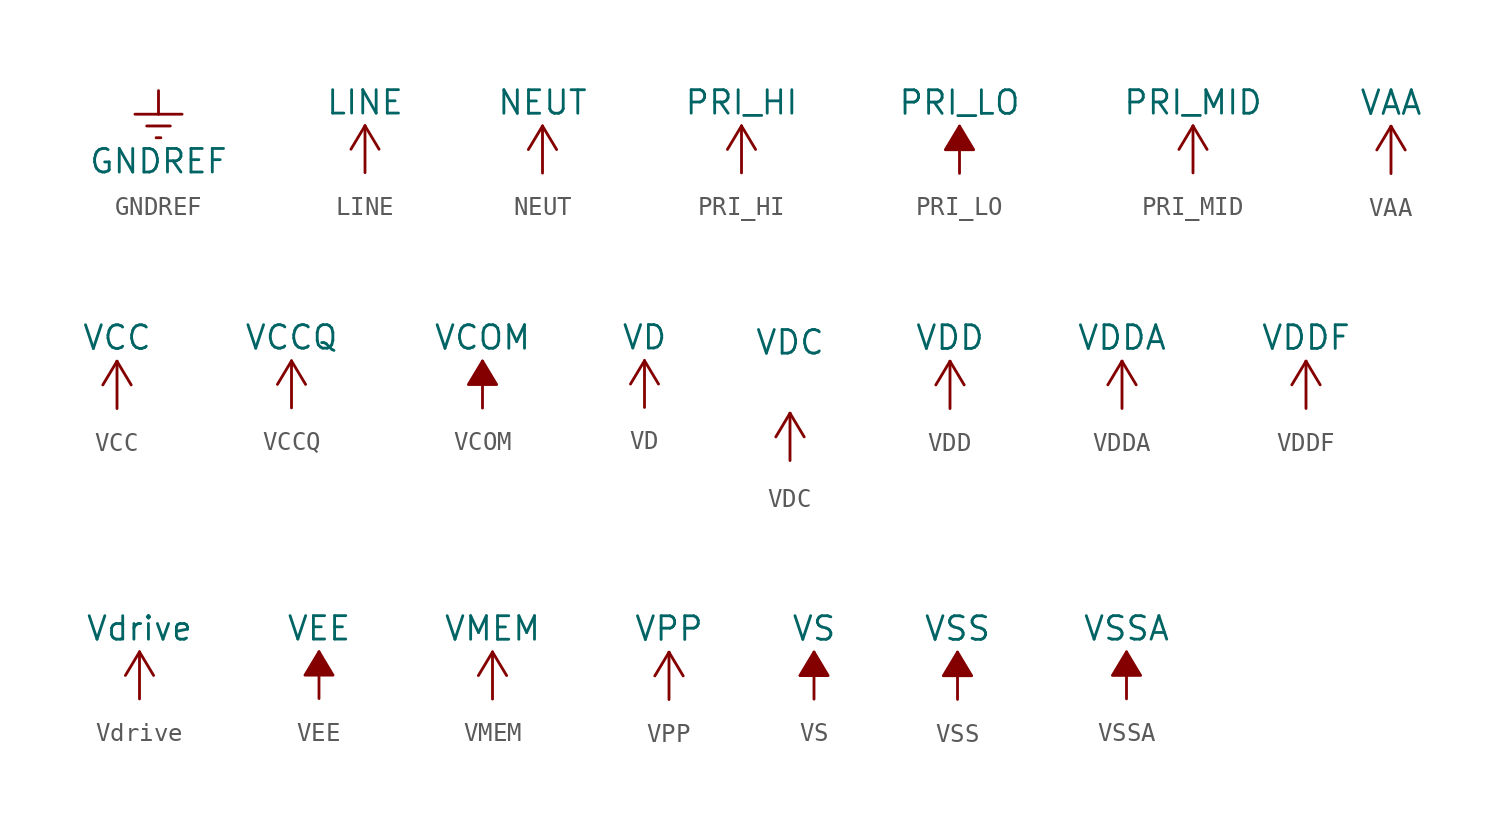
<source format=kicad_sym>
(kicad_symbol_lib
  (version 20220914)
  (generator kicad_symbol_editor)
  (symbol "GNDREF"
    (power)
    (pin_names
      (offset 0))
    (property "Reference" "#PWR"
      (at 0 -6.35 0)
      (effects (font (size 1.27 1.27)) hide))
    (property "Value" "GNDREF"
      (at 0 -3.81 0)
      (effects (font (size 1.27 1.27))))
    (symbol "GNDREF_0_1"
      (polyline (pts (xy -0.635 -1.905) (xy 0.635 -1.905)) (stroke (width 0) (type solid)) (fill (type none)))
      (polyline (pts (xy -0.127 -2.54) (xy 0.127 -2.54)) (stroke (width 0) (type solid)) (fill (type none)))
      (polyline (pts (xy 0 -1.27) (xy 0 0)) (stroke (width 0) (type solid)) (fill (type none)))
      (polyline (pts (xy 1.27 -1.27) (xy -1.27 -1.27)) (stroke (width 0) (type solid)) (fill (type none))))
    (symbol "GNDREF_1_1"
      (pin power_in line (at 0 0 270) (length 0) hide (name "GNDREF" (effects (font (size 1.27 1.27)))) (number "1" (effects (font (size 1.27 1.27)))))))
  (symbol "LINE"
    (power)
    (pin_names
      (offset 0))
    (property "Reference" "#PWR"
      (at 0 -3.81 0)
      (effects (font (size 1.27 1.27)) hide))
    (property "Value" "LINE"
      (at 0 3.81 0)
      (effects (font (size 1.27 1.27))))
    (symbol "LINE_0_1"
      (polyline (pts (xy -0.762 1.27) (xy 0 2.54)) (stroke (width 0) (type solid)) (fill (type none)))
      (polyline (pts (xy 0 0) (xy 0 2.54)) (stroke (width 0) (type solid)) (fill (type none)))
      (polyline (pts (xy 0 2.54) (xy 0.762 1.27)) (stroke (width 0) (type solid)) (fill (type none))))
    (symbol "LINE_1_1"
      (pin power_in line (at 0 0 90) (length 0) hide (name "LINE" (effects (font (size 1.27 1.27)))) (number "1" (effects (font (size 1.27 1.27)))))))
  (symbol "NEUT"
    (power)
    (pin_names
      (offset 0))
    (property "Reference" "#PWR"
      (at 0 -3.81 0)
      (effects (font (size 1.27 1.27)) hide))
    (property "Value" "NEUT"
      (at 0 3.81 0)
      (effects (font (size 1.27 1.27))))
    (symbol "NEUT_0_1"
      (polyline (pts (xy -0.762 1.27) (xy 0 2.54)) (stroke (width 0) (type solid)) (fill (type none)))
      (polyline (pts (xy 0 0) (xy 0 2.54)) (stroke (width 0) (type solid)) (fill (type none)))
      (polyline (pts (xy 0 2.54) (xy 0.762 1.27)) (stroke (width 0) (type solid)) (fill (type none))))
    (symbol "NEUT_1_1"
      (pin power_in line (at 0 0 90) (length 0) hide (name "NEUT" (effects (font (size 1.27 1.27)))) (number "1" (effects (font (size 1.27 1.27)))))))
  (symbol "PRI_HI"
    (power)
    (pin_names
      (offset 0))
    (property "Reference" "#PWR"
      (at 0 -3.81 0)
      (effects (font (size 1.27 1.27)) hide))
    (property "Value" "PRI_HI"
      (at 0 3.81 0)
      (effects (font (size 1.27 1.27))))
    (symbol "PRI_HI_0_1"
      (polyline (pts (xy -0.762 1.27) (xy 0 2.54)) (stroke (width 0) (type solid)) (fill (type none)))
      (polyline (pts (xy 0 0) (xy 0 2.54)) (stroke (width 0) (type solid)) (fill (type none)))
      (polyline (pts (xy 0 2.54) (xy 0.762 1.27)) (stroke (width 0) (type solid)) (fill (type none))))
    (symbol "PRI_HI_1_1"
      (pin power_in line (at 0 0 90) (length 0) hide (name "PRI_HI" (effects (font (size 1.27 1.27)))) (number "1" (effects (font (size 1.27 1.27)))))))
  (symbol "PRI_LO"
    (power)
    (pin_names
      (offset 0))
    (property "Reference" "#PWR"
      (at 0 -3.81 0)
      (effects (font (size 1.27 1.27)) hide))
    (property "Value" "PRI_LO"
      (at 0 3.81 0)
      (effects (font (size 1.27 1.27))))
    (symbol "PRI_LO_0_1"
      (polyline (pts (xy 0 0) (xy 0 2.54)) (stroke (width 0) (type solid)) (fill (type none)))
      (polyline (pts (xy 0.762 1.27) (xy -0.762 1.27) (xy 0 2.54) (xy 0.762 1.27)) (stroke (width 0) (type solid)) (fill (type outline))))
    (symbol "PRI_LO_1_1"
      (pin power_in line (at 0 0 90) (length 0) hide (name "PRI_LO" (effects (font (size 1.27 1.27)))) (number "1" (effects (font (size 1.27 1.27)))))))
  (symbol "PRI_MID"
    (power)
    (pin_names
      (offset 0))
    (property "Reference" "#PWR"
      (at 0 -3.81 0)
      (effects (font (size 1.27 1.27)) hide))
    (property "Value" "PRI_MID"
      (at 0 3.81 0)
      (effects (font (size 1.27 1.27))))
    (symbol "PRI_MID_0_1"
      (polyline (pts (xy -0.762 1.27) (xy 0 2.54)) (stroke (width 0) (type solid)) (fill (type none)))
      (polyline (pts (xy 0 0) (xy 0 2.54)) (stroke (width 0) (type solid)) (fill (type none)))
      (polyline (pts (xy 0 2.54) (xy 0.762 1.27)) (stroke (width 0) (type solid)) (fill (type none))))
    (symbol "PRI_MID_1_1"
      (pin power_in line (at 0 0 90) (length 0) hide (name "PRI_MID" (effects (font (size 1.27 1.27)))) (number "1" (effects (font (size 1.27 1.27)))))))
  (symbol "VAA"
    (power)
    (pin_names
      (offset 0))
    (property "Reference" "#PWR"
      (at 0 -3.81 0)
      (effects (font (size 1.27 1.27)) hide))
    (property "Value" "VAA"
      (at 0 3.81 0)
      (effects (font (size 1.27 1.27))))
    (symbol "VAA_0_1"
      (polyline (pts (xy -0.762 1.27) (xy 0 2.54)) (stroke (width 0) (type solid)) (fill (type none)))
      (polyline (pts (xy 0 0) (xy 0 2.54)) (stroke (width 0) (type solid)) (fill (type none)))
      (polyline (pts (xy 0 2.54) (xy 0.762 1.27)) (stroke (width 0) (type solid)) (fill (type none))))
    (symbol "VAA_1_1"
      (pin power_in line (at 0 0 90) (length 0) hide (name "VAA" (effects (font (size 1.27 1.27)))) (number "1" (effects (font (size 1.27 1.27)))))))
  (symbol "VCC"
    (power)
    (pin_names
      (offset 0))
    (property "Reference" "#PWR"
      (at 0 -3.81 0)
      (effects (font (size 1.27 1.27)) hide))
    (property "Value" "VCC"
      (at 0 3.81 0)
      (effects (font (size 1.27 1.27))))
    (symbol "VCC_0_1"
      (polyline (pts (xy -0.762 1.27) (xy 0 2.54)) (stroke (width 0) (type solid)) (fill (type none)))
      (polyline (pts (xy 0 0) (xy 0 2.54)) (stroke (width 0) (type solid)) (fill (type none)))
      (polyline (pts (xy 0 2.54) (xy 0.762 1.27)) (stroke (width 0) (type solid)) (fill (type none))))
    (symbol "VCC_1_1"
      (pin power_in line (at 0 0 90) (length 0) hide (name "VCC" (effects (font (size 1.27 1.27)))) (number "1" (effects (font (size 1.27 1.27)))))))
  (symbol "VCCQ"
    (power)
    (pin_names
      (offset 0))
    (property "Reference" "#PWR"
      (at 0 -3.81 0)
      (effects (font (size 1.27 1.27)) hide))
    (property "Value" "VCCQ"
      (at 0 3.81 0)
      (effects (font (size 1.27 1.27))))
    (symbol "VCCQ_0_1"
      (polyline (pts (xy -0.762 1.27) (xy 0 2.54)) (stroke (width 0) (type solid)) (fill (type none)))
      (polyline (pts (xy 0 0) (xy 0 2.54)) (stroke (width 0) (type solid)) (fill (type none)))
      (polyline (pts (xy 0 2.54) (xy 0.762 1.27)) (stroke (width 0) (type solid)) (fill (type none))))
    (symbol "VCCQ_1_1"
      (pin power_in line (at 0 0 90) (length 0) hide (name "VCCQ" (effects (font (size 1.27 1.27)))) (number "1" (effects (font (size 1.27 1.27)))))))
  (symbol "VCOM"
    (power)
    (pin_names
      (offset 0))
    (property "Reference" "#PWR"
      (at 0 -3.81 0)
      (effects (font (size 1.27 1.27)) hide))
    (property "Value" "VCOM"
      (at 0 3.81 0)
      (effects (font (size 1.27 1.27))))
    (symbol "VCOM_0_1"
      (polyline (pts (xy 0 0) (xy 0 2.54)) (stroke (width 0) (type solid)) (fill (type none)))
      (polyline (pts (xy 0.762 1.27) (xy -0.762 1.27) (xy 0 2.54) (xy 0.762 1.27)) (stroke (width 0) (type solid)) (fill (type outline))))
    (symbol "VCOM_1_1"
      (pin power_in line (at 0 0 90) (length 0) hide (name "VCOM" (effects (font (size 1.27 1.27)))) (number "1" (effects (font (size 1.27 1.27)))))))
  (symbol "VD"
    (power)
    (pin_names
      (offset 0))
    (property "Reference" "#PWR"
      (at 0 -3.81 0)
      (effects (font (size 1.27 1.27)) hide))
    (property "Value" "VD"
      (at 0 3.81 0)
      (effects (font (size 1.27 1.27))))
    (symbol "VD_0_1"
      (polyline (pts (xy -0.762 1.27) (xy 0 2.54)) (stroke (width 0) (type solid)) (fill (type none)))
      (polyline (pts (xy 0 0) (xy 0 2.54)) (stroke (width 0) (type solid)) (fill (type none)))
      (polyline (pts (xy 0 2.54) (xy 0.762 1.27)) (stroke (width 0) (type solid)) (fill (type none))))
    (symbol "VD_1_1"
      (pin power_in line (at 0 0 90) (length 0) hide (name "VD" (effects (font (size 1.27 1.27)))) (number "1" (effects (font (size 1.27 1.27)))))))
  (symbol "VDC"
    (power)
    (pin_names
      (offset 0))
    (property "Reference" "#PWR"
      (at 0 -2.54 0)
      (effects (font (size 1.27 1.27)) hide))
    (property "Value" "VDC"
      (at 0 6.35 0)
      (effects (font (size 1.27 1.27))))
    (symbol "VDC_0_1"
      (polyline (pts (xy -0.762 1.27) (xy 0 2.54)) (stroke (width 0) (type solid)) (fill (type none)))
      (polyline (pts (xy 0 0) (xy 0 2.54)) (stroke (width 0) (type solid)) (fill (type none)))
      (polyline (pts (xy 0 2.54) (xy 0.762 1.27)) (stroke (width 0) (type solid)) (fill (type none))))
    (symbol "VDC_1_1"
      (pin power_in line (at 0 0 90) (length 0) hide (name "VDC" (effects (font (size 1.27 1.27)))) (number "1" (effects (font (size 1.27 1.27)))))))
  (symbol "VDD"
    (power)
    (pin_names
      (offset 0))
    (property "Reference" "#PWR"
      (at 0 -3.81 0)
      (effects (font (size 1.27 1.27)) hide))
    (property "Value" "VDD"
      (at 0 3.81 0)
      (effects (font (size 1.27 1.27))))
    (symbol "VDD_0_1"
      (polyline (pts (xy -0.762 1.27) (xy 0 2.54)) (stroke (width 0) (type solid)) (fill (type none)))
      (polyline (pts (xy 0 0) (xy 0 2.54)) (stroke (width 0) (type solid)) (fill (type none)))
      (polyline (pts (xy 0 2.54) (xy 0.762 1.27)) (stroke (width 0) (type solid)) (fill (type none))))
    (symbol "VDD_1_1"
      (pin power_in line (at 0 0 90) (length 0) hide (name "VDD" (effects (font (size 1.27 1.27)))) (number "1" (effects (font (size 1.27 1.27)))))))
  (symbol "VDDA"
    (power)
    (pin_names
      (offset 0))
    (property "Reference" "#PWR"
      (at 0 -3.81 0)
      (effects (font (size 1.27 1.27)) hide))
    (property "Value" "VDDA"
      (at 0 3.81 0)
      (effects (font (size 1.27 1.27))))
    (symbol "VDDA_0_1"
      (polyline (pts (xy -0.762 1.27) (xy 0 2.54)) (stroke (width 0) (type solid)) (fill (type none)))
      (polyline (pts (xy 0 0) (xy 0 2.54)) (stroke (width 0) (type solid)) (fill (type none)))
      (polyline (pts (xy 0 2.54) (xy 0.762 1.27)) (stroke (width 0) (type solid)) (fill (type none))))
    (symbol "VDDA_1_1"
      (pin power_in line (at 0 0 90) (length 0) hide (name "VDDA" (effects (font (size 1.27 1.27)))) (number "1" (effects (font (size 1.27 1.27)))))))
  (symbol "VDDF"
    (power)
    (pin_names
      (offset 0))
    (property "Reference" "#PWR"
      (at 0 -3.81 0)
      (effects (font (size 1.27 1.27)) hide))
    (property "Value" "VDDF"
      (at 0 3.81 0)
      (effects (font (size 1.27 1.27))))
    (symbol "VDDF_0_1"
      (polyline (pts (xy -0.762 1.27) (xy 0 2.54)) (stroke (width 0) (type solid)) (fill (type none)))
      (polyline (pts (xy 0 0) (xy 0 2.54)) (stroke (width 0) (type solid)) (fill (type none)))
      (polyline (pts (xy 0 2.54) (xy 0.762 1.27)) (stroke (width 0) (type solid)) (fill (type none))))
    (symbol "VDDF_1_1"
      (pin power_in line (at 0 0 90) (length 0) hide (name "VDDF" (effects (font (size 1.27 1.27)))) (number "1" (effects (font (size 1.27 1.27)))))))
  (symbol "Vdrive"
    (power)
    (pin_names
      (offset 0))
    (property "Reference" "#PWR"
      (at -5.08 -3.81 0)
      (effects (font (size 1.27 1.27)) hide))
    (property "Value" "Vdrive"
      (at 0 3.81 0)
      (effects (font (size 1.27 1.27))))
    (symbol "Vdrive_0_1"
      (polyline (pts (xy -0.762 1.27) (xy 0 2.54)) (stroke (width 0) (type solid)) (fill (type none)))
      (polyline (pts (xy 0 0) (xy 0 2.54)) (stroke (width 0) (type solid)) (fill (type none)))
      (polyline (pts (xy 0 2.54) (xy 0.762 1.27)) (stroke (width 0) (type solid)) (fill (type none))))
    (symbol "Vdrive_1_1"
      (pin power_in line (at 0 0 90) (length 0) hide (name "Vdrive" (effects (font (size 1.27 1.27)))) (number "1" (effects (font (size 1.27 1.27)))))))
  (symbol "VEE"
    (power)
    (pin_names
      (offset 0))
    (property "Reference" "#PWR"
      (at 0 -3.81 0)
      (effects (font (size 1.27 1.27)) hide))
    (property "Value" "VEE"
      (at 0 3.81 0)
      (effects (font (size 1.27 1.27))))
    (symbol "VEE_0_1"
      (polyline (pts (xy 0 0) (xy 0 2.54)) (stroke (width 0) (type solid)) (fill (type none)))
      (polyline (pts (xy 0.762 1.27) (xy -0.762 1.27) (xy 0 2.54) (xy 0.762 1.27)) (stroke (width 0) (type solid)) (fill (type outline))))
    (symbol "VEE_1_1"
      (pin power_in line (at 0 0 90) (length 0) hide (name "VEE" (effects (font (size 1.27 1.27)))) (number "1" (effects (font (size 1.27 1.27)))))))
  (symbol "VMEM"
    (power)
    (pin_names
      (offset 0))
    (property "Reference" "#PWR"
      (at 0 -3.81 0)
      (effects (font (size 1.27 1.27)) hide))
    (property "Value" "VMEM"
      (at 0 3.81 0)
      (effects (font (size 1.27 1.27))))
    (symbol "VMEM_0_1"
      (polyline (pts (xy -0.762 1.27) (xy 0 2.54)) (stroke (width 0) (type solid)) (fill (type none)))
      (polyline (pts (xy 0 0) (xy 0 2.54)) (stroke (width 0) (type solid)) (fill (type none)))
      (polyline (pts (xy 0 2.54) (xy 0.762 1.27)) (stroke (width 0) (type solid)) (fill (type none))))
    (symbol "VMEM_1_1"
      (pin power_in line (at 0 0 90) (length 0) hide (name "VMEM" (effects (font (size 1.27 1.27)))) (number "1" (effects (font (size 1.27 1.27)))))))
  (symbol "VPP"
    (power)
    (pin_names
      (offset 0))
    (property "Reference" "#PWR"
      (at 0 -3.81 0)
      (effects (font (size 1.27 1.27)) hide))
    (property "Value" "VPP"
      (at 0 3.81 0)
      (effects (font (size 1.27 1.27))))
    (symbol "VPP_0_1"
      (polyline (pts (xy -0.762 1.27) (xy 0 2.54)) (stroke (width 0) (type solid)) (fill (type none)))
      (polyline (pts (xy 0 0) (xy 0 2.54)) (stroke (width 0) (type solid)) (fill (type none)))
      (polyline (pts (xy 0 2.54) (xy 0.762 1.27)) (stroke (width 0) (type solid)) (fill (type none))))
    (symbol "VPP_1_1"
      (pin power_in line (at 0 0 90) (length 0) hide (name "VPP" (effects (font (size 1.27 1.27)))) (number "1" (effects (font (size 1.27 1.27)))))))
  (symbol "VS"
    (power)
    (pin_names
      (offset 0))
    (property "Reference" "#PWR"
      (at -5.08 -3.81 0)
      (effects (font (size 1.27 1.27)) hide))
    (property "Value" "VS"
      (at 0 3.81 0)
      (effects (font (size 1.27 1.27))))
    (symbol "VS_0_1"
      (polyline (pts (xy 0 0) (xy 0 2.54)) (stroke (width 0) (type solid)) (fill (type none)))
      (polyline (pts (xy 0.762 1.27) (xy -0.762 1.27) (xy 0 2.54) (xy 0.762 1.27)) (stroke (width 0) (type solid)) (fill (type outline))))
    (symbol "VS_1_1"
      (pin power_in line (at 0 0 90) (length 0) hide (name "VS" (effects (font (size 1.27 1.27)))) (number "1" (effects (font (size 1.27 1.27)))))))
  (symbol "VSS"
    (power)
    (pin_names
      (offset 0))
    (property "Reference" "#PWR"
      (at 0 -3.81 0)
      (effects (font (size 1.27 1.27)) hide))
    (property "Value" "VSS"
      (at 0 3.81 0)
      (effects (font (size 1.27 1.27))))
    (symbol "VSS_0_1"
      (polyline (pts (xy 0 0) (xy 0 2.54)) (stroke (width 0) (type solid)) (fill (type none)))
      (polyline (pts (xy 0.762 1.27) (xy -0.762 1.27) (xy 0 2.54) (xy 0.762 1.27)) (stroke (width 0) (type solid)) (fill (type outline))))
    (symbol "VSS_1_1"
      (pin power_in line (at 0 0 90) (length 0) hide (name "VSS" (effects (font (size 1.27 1.27)))) (number "1" (effects (font (size 1.27 1.27)))))))
  (symbol "VSSA"
    (power)
    (pin_names
      (offset 0))
    (property "Reference" "#PWR"
      (at 0 -3.81 0)
      (effects (font (size 1.27 1.27)) hide))
    (property "Value" "VSSA"
      (at 0 3.81 0)
      (effects (font (size 1.27 1.27))))
    (symbol "VSSA_0_1"
      (polyline (pts (xy 0 0) (xy 0 2.54)) (stroke (width 0) (type solid)) (fill (type none)))
      (polyline (pts (xy 0.762 1.27) (xy -0.762 1.27) (xy 0 2.54) (xy 0.762 1.27)) (stroke (width 0) (type solid)) (fill (type outline))))
    (symbol "VSSA_1_1"
      (pin power_in line (at 0 0 90) (length 0) hide (name "VSSA" (effects (font (size 1.27 1.27)))) (number "1" (effects (font (size 1.27 1.27))))))))
</source>
